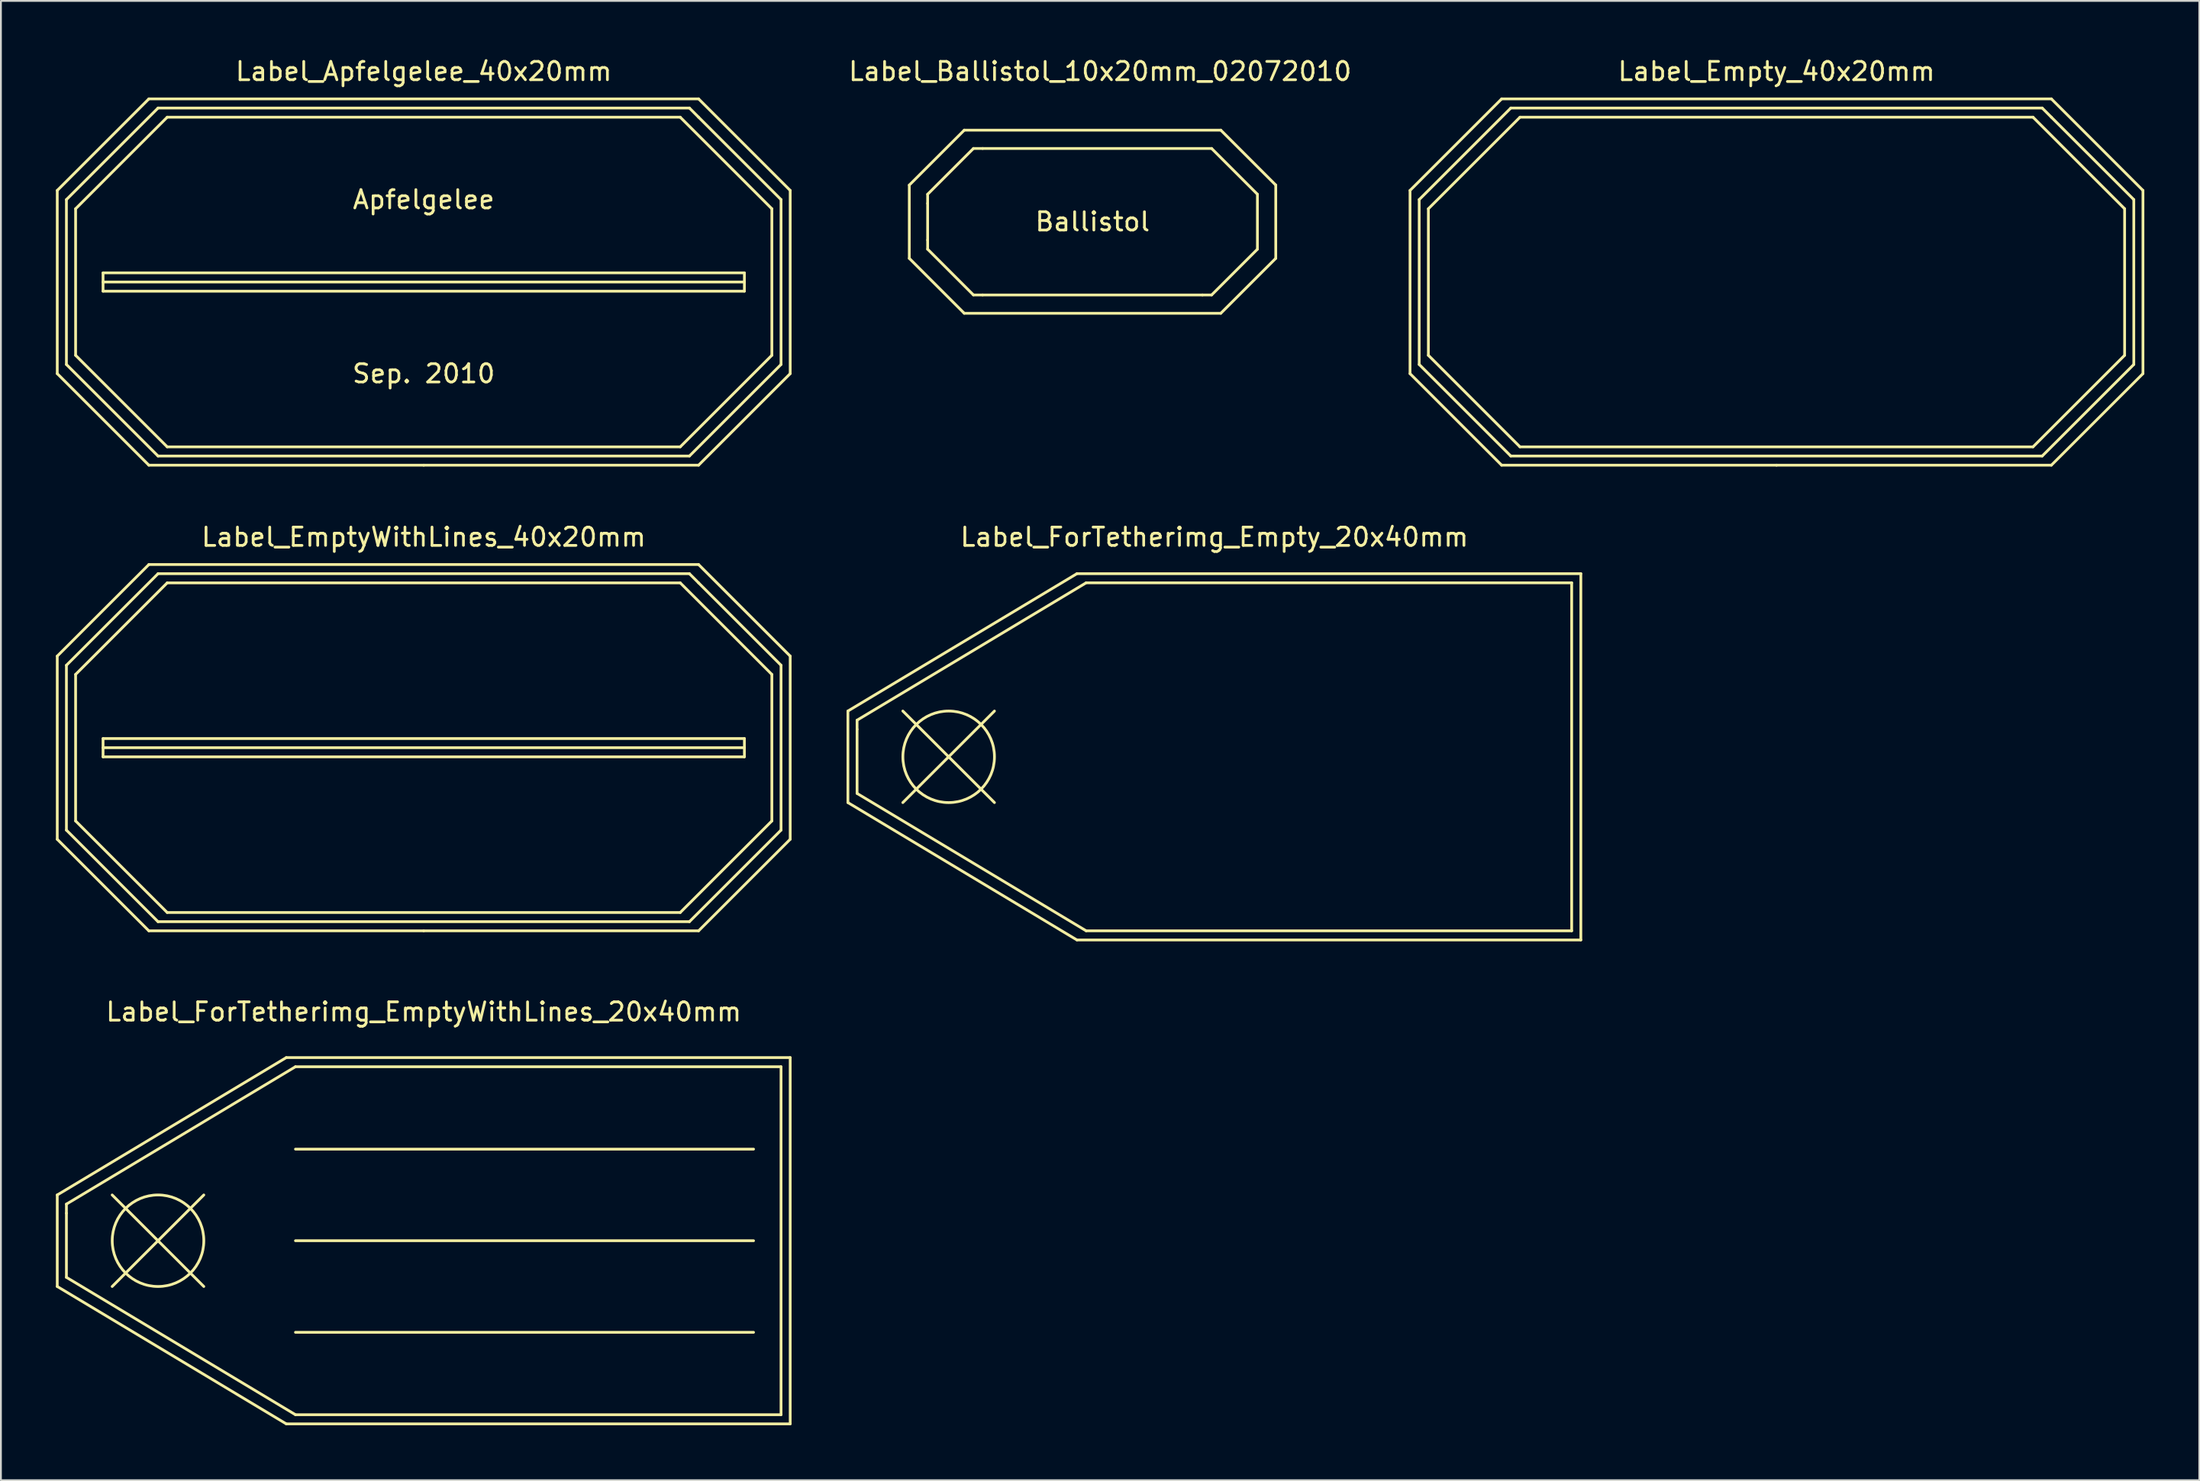
<source format=kicad_pcb>
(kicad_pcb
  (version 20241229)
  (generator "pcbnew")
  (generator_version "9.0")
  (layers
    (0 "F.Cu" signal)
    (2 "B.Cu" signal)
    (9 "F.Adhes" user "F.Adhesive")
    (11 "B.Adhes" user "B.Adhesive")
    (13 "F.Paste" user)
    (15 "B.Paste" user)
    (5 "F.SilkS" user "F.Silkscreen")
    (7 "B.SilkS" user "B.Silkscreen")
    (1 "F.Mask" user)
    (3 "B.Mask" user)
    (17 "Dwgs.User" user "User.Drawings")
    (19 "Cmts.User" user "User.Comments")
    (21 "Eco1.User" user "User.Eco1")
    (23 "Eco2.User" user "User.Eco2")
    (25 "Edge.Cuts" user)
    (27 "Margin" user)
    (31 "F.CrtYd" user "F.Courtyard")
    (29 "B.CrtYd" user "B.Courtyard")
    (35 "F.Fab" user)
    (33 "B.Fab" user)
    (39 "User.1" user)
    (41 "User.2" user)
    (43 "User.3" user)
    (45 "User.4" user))
  (footprint "Label_Empty_40x20mm"
    (layer "F.Cu")
    (at 93.903 12.349)
    (property "Reference" "Label_Empty_40x20mm" (at 0 -11.501 0) (layer "F.SilkS") (effects (font (size 1 1) (thickness 0.15))))
    (attr through_hole)
    (fp_line (start -20 -5.001) (end -20 5.001) (stroke (width 0.15) (type solid)) (layer "F.SilkS"))
    (fp_line (start -20 5.001) (end -15.001 10) (stroke (width 0.15) (type solid)) (layer "F.SilkS"))
    (fp_line (start -19.5 -4.501) (end -14.501 -9.5) (stroke (width 0.15) (type solid)) (layer "F.SilkS"))
    (fp_line (start -19.5 4.501) (end -19.5 -4.501) (stroke (width 0.15) (type solid)) (layer "F.SilkS"))
    (fp_line (start -18.999 -4) (end -14 -8.999) (stroke (width 0.15) (type solid)) (layer "F.SilkS"))
    (fp_line (start -18.999 4) (end -18.999 -4) (stroke (width 0.15) (type solid)) (layer "F.SilkS"))
    (fp_line (start -15.001 -10) (end -20 -5.001) (stroke (width 0.15) (type solid)) (layer "F.SilkS"))
    (fp_line (start -15.001 -10) (end 15.001 -10) (stroke (width 0.15) (type solid)) (layer "F.SilkS"))
    (fp_line (start -15.001 10) (end 0 10) (stroke (width 0.15) (type solid)) (layer "F.SilkS"))
    (fp_line (start -14.501 -9.5) (end 14.501 -9.5) (stroke (width 0.15) (type solid)) (layer "F.SilkS"))
    (fp_line (start -14.501 9.5) (end -19.5 4.501) (stroke (width 0.15) (type solid)) (layer "F.SilkS"))
    (fp_line (start -14 -8.999) (end 14 -8.999) (stroke (width 0.15) (type solid)) (layer "F.SilkS"))
    (fp_line (start -14 8.999) (end -18.999 4) (stroke (width 0.15) (type solid)) (layer "F.SilkS"))
    (fp_line (start 0 10) (end 15.001 10) (stroke (width 0.15) (type solid)) (layer "F.SilkS"))
    (fp_line (start 14 -8.999) (end 18.999 -4) (stroke (width 0.15) (type solid)) (layer "F.SilkS"))
    (fp_line (start 14 8.999) (end -14 8.999) (stroke (width 0.15) (type solid)) (layer "F.SilkS"))
    (fp_line (start 14.501 -9.5) (end 15.001 -8.999) (stroke (width 0.15) (type solid)) (layer "F.SilkS"))
    (fp_line (start 14.501 9.5) (end -14.501 9.5) (stroke (width 0.15) (type solid)) (layer "F.SilkS"))
    (fp_line (start 15.001 -10) (end 20 -5.001) (stroke (width 0.15) (type solid)) (layer "F.SilkS"))
    (fp_line (start 15.001 -8.999) (end 19.5 -4.501) (stroke (width 0.15) (type solid)) (layer "F.SilkS"))
    (fp_line (start 18.999 -4) (end 18.999 4) (stroke (width 0.15) (type solid)) (layer "F.SilkS"))
    (fp_line (start 18.999 4) (end 14 8.999) (stroke (width 0.15) (type solid)) (layer "F.SilkS"))
    (fp_line (start 19.5 -4.501) (end 19.5 4.501) (stroke (width 0.15) (type solid)) (layer "F.SilkS"))
    (fp_line (start 19.5 4.501) (end 14.501 9.5) (stroke (width 0.15) (type solid)) (layer "F.SilkS"))
    (fp_line (start 20 -5.001) (end 20 5.001) (stroke (width 0.15) (type solid)) (layer "F.SilkS"))
    (fp_line (start 20 5.001) (end 15.001 10) (stroke (width 0.15) (type solid)) (layer "F.SilkS")))
  (footprint "Label_ForTetherimg_EmptyWithLines_20x40mm"
    (layer "F.Cu")
    (at 20.075 64.694)
    (property "Reference" "Label_ForTetherimg_EmptyWithLines_20x40mm" (at 0 -12.499 0) (layer "F.SilkS") (effects (font (size 1 1) (thickness 0.15))))
    (attr through_hole)
    (fp_line (start -20 -2.499) (end -20 2.499) (stroke (width 0.15) (type solid)) (layer "F.SilkS"))
    (fp_line (start -20 -2.499) (end -7.501 -10) (stroke (width 0.15) (type solid)) (layer "F.SilkS"))
    (fp_line (start -20 2.499) (end -7.501 10) (stroke (width 0.15) (type solid)) (layer "F.SilkS"))
    (fp_line (start -19.5 -1.999) (end -19.5 -1.501) (stroke (width 0.15) (type solid)) (layer "F.SilkS"))
    (fp_line (start -19.5 -1.999) (end -7 -9.5) (stroke (width 0.15) (type solid)) (layer "F.SilkS"))
    (fp_line (start -19.5 1.999) (end -19.5 -1.501) (stroke (width 0.15) (type solid)) (layer "F.SilkS"))
    (fp_line (start -17.003 -2.499) (end -12.002 2.499) (stroke (width 0.15) (type solid)) (layer "F.SilkS"))
    (fp_line (start -17.003 2.499) (end -12.002 -2.499) (stroke (width 0.15) (type solid)) (layer "F.SilkS"))
    (fp_line (start -7.501 -10) (end 20 -10) (stroke (width 0.15) (type solid)) (layer "F.SilkS"))
    (fp_line (start -7 -9.5) (end 19.5 -9.5) (stroke (width 0.15) (type solid)) (layer "F.SilkS"))
    (fp_line (start -7 -5.001) (end 18.001 -5.001) (stroke (width 0.15) (type solid)) (layer "F.SilkS"))
    (fp_line (start -7 0) (end 18.001 0) (stroke (width 0.15) (type solid)) (layer "F.SilkS"))
    (fp_line (start -7 5.001) (end 18.001 5.001) (stroke (width 0.15) (type solid)) (layer "F.SilkS"))
    (fp_line (start -7 9.5) (end -19.5 1.999) (stroke (width 0.15) (type solid)) (layer "F.SilkS"))
    (fp_line (start 19.5 -9.5) (end 19.5 9.5) (stroke (width 0.15) (type solid)) (layer "F.SilkS"))
    (fp_line (start 19.5 9.5) (end -7 9.5) (stroke (width 0.15) (type solid)) (layer "F.SilkS"))
    (fp_line (start 20 -10) (end 20 10) (stroke (width 0.15) (type solid)) (layer "F.SilkS"))
    (fp_line (start 20 10) (end -7.501 10) (stroke (width 0.15) (type solid)) (layer "F.SilkS"))
    (fp_circle (center -14.501 0) (end -12.002 0) (stroke (width 0.15) (type solid)) (fill no) (layer "F.SilkS")))
  (footprint "Label_Ballistol_10x20mm_02072010"
    (layer "F.Cu")
    (at 56.989 8.976)
    (property "Reference" "Label_Ballistol_10x20mm_02072010" (at 0 -8.128 0) (layer "F.SilkS") (effects (font (size 1 1) (thickness 0.15))))
    (attr through_hole)
    (fp_line (start -10.414 -1.92) (end -10.414 2.08) (stroke (width 0.15) (type solid)) (layer "F.SilkS"))
    (fp_line (start -10.414 -1.92) (end -7.414 -4.92) (stroke (width 0.15) (type solid)) (layer "F.SilkS"))
    (fp_line (start -10.414 2.08) (end -7.414 5.08) (stroke (width 0.15) (type solid)) (layer "F.SilkS"))
    (fp_line (start -9.413 -1.42) (end -6.914 -3.919) (stroke (width 0.15) (type solid)) (layer "F.SilkS"))
    (fp_line (start -9.413 -0.919) (end -9.413 -1.42) (stroke (width 0.15) (type solid)) (layer "F.SilkS"))
    (fp_line (start -9.413 -0.919) (end -9.413 1.079) (stroke (width 0.15) (type solid)) (layer "F.SilkS"))
    (fp_line (start -9.413 1.079) (end -9.413 1.58) (stroke (width 0.15) (type solid)) (layer "F.SilkS"))
    (fp_line (start -9.413 1.58) (end -6.914 4.079) (stroke (width 0.15) (type solid)) (layer "F.SilkS"))
    (fp_line (start -7.414 -4.92) (end 6.586 -4.92) (stroke (width 0.15) (type solid)) (layer "F.SilkS"))
    (fp_line (start -6.914 -3.919) (end -6.413 -3.919) (stroke (width 0.15) (type solid)) (layer "F.SilkS"))
    (fp_line (start -6.914 4.079) (end -6.413 4.079) (stroke (width 0.15) (type solid)) (layer "F.SilkS"))
    (fp_line (start -6.413 4.079) (end 5.585 4.079) (stroke (width 0.15) (type solid)) (layer "F.SilkS"))
    (fp_line (start 6.086 -3.919) (end -6.413 -3.919) (stroke (width 0.15) (type solid)) (layer "F.SilkS"))
    (fp_line (start 6.086 4.079) (end 5.585 4.079) (stroke (width 0.15) (type solid)) (layer "F.SilkS"))
    (fp_line (start 6.586 5.08) (end -7.414 5.08) (stroke (width 0.15) (type solid)) (layer "F.SilkS"))
    (fp_line (start 6.586 5.08) (end 9.586 2.08) (stroke (width 0.15) (type solid)) (layer "F.SilkS"))
    (fp_line (start 8.585 -1.42) (end 6.086 -3.919) (stroke (width 0.15) (type solid)) (layer "F.SilkS"))
    (fp_line (start 8.585 -1.42) (end 8.585 1.58) (stroke (width 0.15) (type solid)) (layer "F.SilkS"))
    (fp_line (start 8.585 1.58) (end 6.086 4.079) (stroke (width 0.15) (type solid)) (layer "F.SilkS"))
    (fp_line (start 9.586 -1.92) (end 6.586 -4.92) (stroke (width 0.15) (type solid)) (layer "F.SilkS"))
    (fp_line (start 9.586 -1.92) (end 9.586 2.08) (stroke (width 0.15) (type solid)) (layer "F.SilkS"))
    (fp_text user "Ballistol" (at -0.414 0.079 0) (layer "F.SilkS") (effects (font (size 1 1) (thickness 0.15)))))
  (footprint "Label_EmptyWithLines_40x20mm"
    (layer "F.Cu")
    (at 20.075 37.774)
    (property "Reference" "Label_EmptyWithLines_40x20mm" (at 0 -11.501 0) (layer "F.SilkS") (effects (font (size 1 1) (thickness 0.15))))
    (attr through_hole)
    (fp_line (start -20 -5.001) (end -20 5.001) (stroke (width 0.15) (type solid)) (layer "F.SilkS"))
    (fp_line (start -20 5.001) (end -15.001 10) (stroke (width 0.15) (type solid)) (layer "F.SilkS"))
    (fp_line (start -19.5 -4.501) (end -14.501 -9.5) (stroke (width 0.15) (type solid)) (layer "F.SilkS"))
    (fp_line (start -19.5 4.501) (end -19.5 -4.501) (stroke (width 0.15) (type solid)) (layer "F.SilkS"))
    (fp_line (start -18.999 -4) (end -14 -8.999) (stroke (width 0.15) (type solid)) (layer "F.SilkS"))
    (fp_line (start -18.999 4) (end -18.999 -4) (stroke (width 0.15) (type solid)) (layer "F.SilkS"))
    (fp_line (start -17.501 -0.5) (end -17.501 0.5) (stroke (width 0.15) (type solid)) (layer "F.SilkS"))
    (fp_line (start -17.501 0) (end 17.501 0) (stroke (width 0.15) (type solid)) (layer "F.SilkS"))
    (fp_line (start -17.501 0.5) (end 17.501 0.5) (stroke (width 0.15) (type solid)) (layer "F.SilkS"))
    (fp_line (start -15.001 -10) (end -20 -5.001) (stroke (width 0.15) (type solid)) (layer "F.SilkS"))
    (fp_line (start -15.001 -10) (end 15.001 -10) (stroke (width 0.15) (type solid)) (layer "F.SilkS"))
    (fp_line (start -15.001 10) (end 0 10) (stroke (width 0.15) (type solid)) (layer "F.SilkS"))
    (fp_line (start -14.501 -9.5) (end 14.501 -9.5) (stroke (width 0.15) (type solid)) (layer "F.SilkS"))
    (fp_line (start -14.501 9.5) (end -19.5 4.501) (stroke (width 0.15) (type solid)) (layer "F.SilkS"))
    (fp_line (start -14 -8.999) (end 14 -8.999) (stroke (width 0.15) (type solid)) (layer "F.SilkS"))
    (fp_line (start -14 8.999) (end -18.999 4) (stroke (width 0.15) (type solid)) (layer "F.SilkS"))
    (fp_line (start 0 10) (end 15.001 10) (stroke (width 0.15) (type solid)) (layer "F.SilkS"))
    (fp_line (start 14 -8.999) (end 18.999 -4) (stroke (width 0.15) (type solid)) (layer "F.SilkS"))
    (fp_line (start 14 8.999) (end -14 8.999) (stroke (width 0.15) (type solid)) (layer "F.SilkS"))
    (fp_line (start 14.501 -9.5) (end 15.001 -8.999) (stroke (width 0.15) (type solid)) (layer "F.SilkS"))
    (fp_line (start 14.501 9.5) (end -14.501 9.5) (stroke (width 0.15) (type solid)) (layer "F.SilkS"))
    (fp_line (start 15.001 -10) (end 20 -5.001) (stroke (width 0.15) (type solid)) (layer "F.SilkS"))
    (fp_line (start 15.001 -8.999) (end 19.5 -4.501) (stroke (width 0.15) (type solid)) (layer "F.SilkS"))
    (fp_line (start 17.501 -0.5) (end -17.501 -0.5) (stroke (width 0.15) (type solid)) (layer "F.SilkS"))
    (fp_line (start 17.501 0) (end 17.501 -0.5) (stroke (width 0.15) (type solid)) (layer "F.SilkS"))
    (fp_line (start 17.501 0.5) (end 17.501 0) (stroke (width 0.15) (type solid)) (layer "F.SilkS"))
    (fp_line (start 18.999 -4) (end 18.999 4) (stroke (width 0.15) (type solid)) (layer "F.SilkS"))
    (fp_line (start 18.999 4) (end 14 8.999) (stroke (width 0.15) (type solid)) (layer "F.SilkS"))
    (fp_line (start 19.5 -4.501) (end 19.5 4.501) (stroke (width 0.15) (type solid)) (layer "F.SilkS"))
    (fp_line (start 19.5 4.501) (end 14.501 9.5) (stroke (width 0.15) (type solid)) (layer "F.SilkS"))
    (fp_line (start 20 -5.001) (end 20 5.001) (stroke (width 0.15) (type solid)) (layer "F.SilkS"))
    (fp_line (start 20 5.001) (end 15.001 10) (stroke (width 0.15) (type solid)) (layer "F.SilkS")))
  (footprint "Label_Apfelgelee_40x20mm"
    (layer "F.Cu")
    (at 20.075 12.349)
    (property "Reference" "Label_Apfelgelee_40x20mm" (at 0 -11.501 0) (layer "F.SilkS") (effects (font (size 1 1) (thickness 0.15))))
    (attr through_hole)
    (fp_line (start -20 -5.001) (end -20 5.001) (stroke (width 0.15) (type solid)) (layer "F.SilkS"))
    (fp_line (start -20 5.001) (end -15.001 10) (stroke (width 0.15) (type solid)) (layer "F.SilkS"))
    (fp_line (start -19.5 -4.501) (end -14.501 -9.5) (stroke (width 0.15) (type solid)) (layer "F.SilkS"))
    (fp_line (start -19.5 4.501) (end -19.5 -4.501) (stroke (width 0.15) (type solid)) (layer "F.SilkS"))
    (fp_line (start -18.999 -4) (end -14 -8.999) (stroke (width 0.15) (type solid)) (layer "F.SilkS"))
    (fp_line (start -18.999 4) (end -18.999 -4) (stroke (width 0.15) (type solid)) (layer "F.SilkS"))
    (fp_line (start -17.501 -0.5) (end -17.501 0.5) (stroke (width 0.15) (type solid)) (layer "F.SilkS"))
    (fp_line (start -17.501 0) (end 17.501 0) (stroke (width 0.15) (type solid)) (layer "F.SilkS"))
    (fp_line (start -17.501 0.5) (end 17.501 0.5) (stroke (width 0.15) (type solid)) (layer "F.SilkS"))
    (fp_line (start -15.001 -10) (end -20 -5.001) (stroke (width 0.15) (type solid)) (layer "F.SilkS"))
    (fp_line (start -15.001 -10) (end 15.001 -10) (stroke (width 0.15) (type solid)) (layer "F.SilkS"))
    (fp_line (start -15.001 10) (end 0 10) (stroke (width 0.15) (type solid)) (layer "F.SilkS"))
    (fp_line (start -14.501 -9.5) (end 14.501 -9.5) (stroke (width 0.15) (type solid)) (layer "F.SilkS"))
    (fp_line (start -14.501 9.5) (end -19.5 4.501) (stroke (width 0.15) (type solid)) (layer "F.SilkS"))
    (fp_line (start -14 -8.999) (end 14 -8.999) (stroke (width 0.15) (type solid)) (layer "F.SilkS"))
    (fp_line (start -14 8.999) (end -18.999 4) (stroke (width 0.15) (type solid)) (layer "F.SilkS"))
    (fp_line (start 0 10) (end 15.001 10) (stroke (width 0.15) (type solid)) (layer "F.SilkS"))
    (fp_line (start 14 -8.999) (end 18.999 -4) (stroke (width 0.15) (type solid)) (layer "F.SilkS"))
    (fp_line (start 14 8.999) (end -14 8.999) (stroke (width 0.15) (type solid)) (layer "F.SilkS"))
    (fp_line (start 14.501 -9.5) (end 15.001 -8.999) (stroke (width 0.15) (type solid)) (layer "F.SilkS"))
    (fp_line (start 14.501 9.5) (end -14.501 9.5) (stroke (width 0.15) (type solid)) (layer "F.SilkS"))
    (fp_line (start 15.001 -10) (end 20 -5.001) (stroke (width 0.15) (type solid)) (layer "F.SilkS"))
    (fp_line (start 15.001 -8.999) (end 19.5 -4.501) (stroke (width 0.15) (type solid)) (layer "F.SilkS"))
    (fp_line (start 17.501 -0.5) (end -17.501 -0.5) (stroke (width 0.15) (type solid)) (layer "F.SilkS"))
    (fp_line (start 17.501 0) (end 17.501 -0.5) (stroke (width 0.15) (type solid)) (layer "F.SilkS"))
    (fp_line (start 17.501 0.5) (end 17.501 0) (stroke (width 0.15) (type solid)) (layer "F.SilkS"))
    (fp_line (start 18.999 -4) (end 18.999 4) (stroke (width 0.15) (type solid)) (layer "F.SilkS"))
    (fp_line (start 18.999 4) (end 14 8.999) (stroke (width 0.15) (type solid)) (layer "F.SilkS"))
    (fp_line (start 19.5 -4.501) (end 19.5 4.501) (stroke (width 0.15) (type solid)) (layer "F.SilkS"))
    (fp_line (start 19.5 4.501) (end 14.501 9.5) (stroke (width 0.15) (type solid)) (layer "F.SilkS"))
    (fp_line (start 20 -5.001) (end 20 5.001) (stroke (width 0.15) (type solid)) (layer "F.SilkS"))
    (fp_line (start 20 5.001) (end 15.001 10) (stroke (width 0.15) (type solid)) (layer "F.SilkS"))
    (fp_text user "Apfelgelee" (at 0 -4.501 0) (layer "F.SilkS") (effects (font (size 1 1) (thickness 0.15))))
    (fp_text user "Sep. 2010" (at 0 5.001 0) (layer "F.SilkS") (effects (font (size 1 1) (thickness 0.15)))))
  (footprint "Label_ForTetherimg_Empty_20x40mm"
    (layer "F.Cu")
    (at 63.225 38.272)
    (property "Reference" "Label_ForTetherimg_Empty_20x40mm" (at 0 -11.999 0) (layer "F.SilkS") (effects (font (size 1 1) (thickness 0.15))))
    (attr through_hole)
    (fp_line (start -20 -2.499) (end -20 2.499) (stroke (width 0.15) (type solid)) (layer "F.SilkS"))
    (fp_line (start -20 -2.499) (end -7.501 -10) (stroke (width 0.15) (type solid)) (layer "F.SilkS"))
    (fp_line (start -20 2.499) (end -7.501 10) (stroke (width 0.15) (type solid)) (layer "F.SilkS"))
    (fp_line (start -19.5 -1.999) (end -19.5 -1.501) (stroke (width 0.15) (type solid)) (layer "F.SilkS"))
    (fp_line (start -19.5 -1.999) (end -7 -9.5) (stroke (width 0.15) (type solid)) (layer "F.SilkS"))
    (fp_line (start -19.5 1.999) (end -19.5 -1.501) (stroke (width 0.15) (type solid)) (layer "F.SilkS"))
    (fp_line (start -17.003 -2.499) (end -12.002 2.499) (stroke (width 0.15) (type solid)) (layer "F.SilkS"))
    (fp_line (start -17.003 2.499) (end -12.002 -2.499) (stroke (width 0.15) (type solid)) (layer "F.SilkS"))
    (fp_line (start -7.501 -10) (end 20 -10) (stroke (width 0.15) (type solid)) (layer "F.SilkS"))
    (fp_line (start -7 -9.5) (end 19.5 -9.5) (stroke (width 0.15) (type solid)) (layer "F.SilkS"))
    (fp_line (start -7 9.5) (end -19.5 1.999) (stroke (width 0.15) (type solid)) (layer "F.SilkS"))
    (fp_line (start 19.5 -9.5) (end 19.5 9.5) (stroke (width 0.15) (type solid)) (layer "F.SilkS"))
    (fp_line (start 19.5 9.5) (end -7 9.5) (stroke (width 0.15) (type solid)) (layer "F.SilkS"))
    (fp_line (start 20 -10) (end 20 10) (stroke (width 0.15) (type solid)) (layer "F.SilkS"))
    (fp_line (start 20 10) (end -7.501 10) (stroke (width 0.15) (type solid)) (layer "F.SilkS"))
    (fp_circle (center -14.501 0) (end -12.002 0) (stroke (width 0.15) (type solid)) (fill no) (layer "F.SilkS")))
  (gr_rect
    (start -3 -3)
    (end 116.978 77.769)
    (stroke (width 0.1) (type default))
    (fill no)
    (layer "Edge.Cuts")))
</source>
